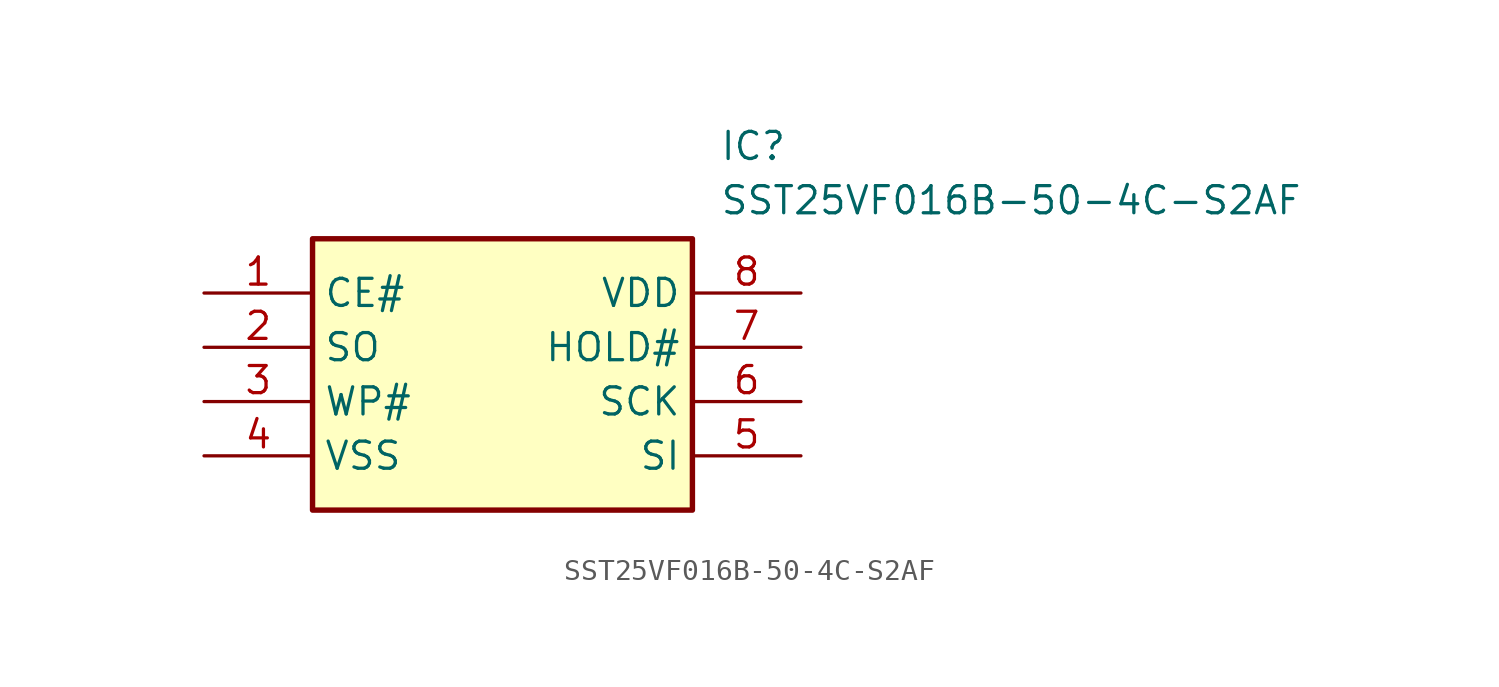
<source format=kicad_sym>
(kicad_symbol_lib
  (version 20211014)
  (generator SamacSys_ECAD_Model)
  (symbol "SST25VF016B-50-4C-S2AF"
    (property "Reference" "IC"
      (at 24.13 7.62 0)
      (effects (font (size 1.27 1.27)) (justify left top)))
    (property "Value" "SST25VF016B-50-4C-S2AF"
      (at 24.13 5.08 0)
      (effects (font (size 1.27 1.27)) (justify left top)))
    (rectangle
      (start 5.08 2.54)
      (end 22.86 -10.16)
      (stroke (width 0.254) (type default))
      (fill (type background)))
    (pin passive line
      (at 0 0 0)
      (length 5.08)
      (name "CE#" (effects (font (size 1.27 1.27))))
      (number "1" (effects (font (size 1.27 1.27)))))
    (pin passive line
      (at 0 -2.54 0)
      (length 5.08)
      (name "SO" (effects (font (size 1.27 1.27))))
      (number "2" (effects (font (size 1.27 1.27)))))
    (pin passive line
      (at 0 -5.08 0)
      (length 5.08)
      (name "WP#" (effects (font (size 1.27 1.27))))
      (number "3" (effects (font (size 1.27 1.27)))))
    (pin passive line
      (at 0 -7.62 0)
      (length 5.08)
      (name "VSS" (effects (font (size 1.27 1.27))))
      (number "4" (effects (font (size 1.27 1.27)))))
    (pin passive line
      (at 27.94 0 180)
      (length 5.08)
      (name "VDD" (effects (font (size 1.27 1.27))))
      (number "8" (effects (font (size 1.27 1.27)))))
    (pin passive line
      (at 27.94 -2.54 180)
      (length 5.08)
      (name "HOLD#" (effects (font (size 1.27 1.27))))
      (number "7" (effects (font (size 1.27 1.27)))))
    (pin passive line
      (at 27.94 -5.08 180)
      (length 5.08)
      (name "SCK" (effects (font (size 1.27 1.27))))
      (number "6" (effects (font (size 1.27 1.27)))))
    (pin passive line
      (at 27.94 -7.62 180)
      (length 5.08)
      (name "SI" (effects (font (size 1.27 1.27))))
      (number "5" (effects (font (size 1.27 1.27)))))))
</source>
